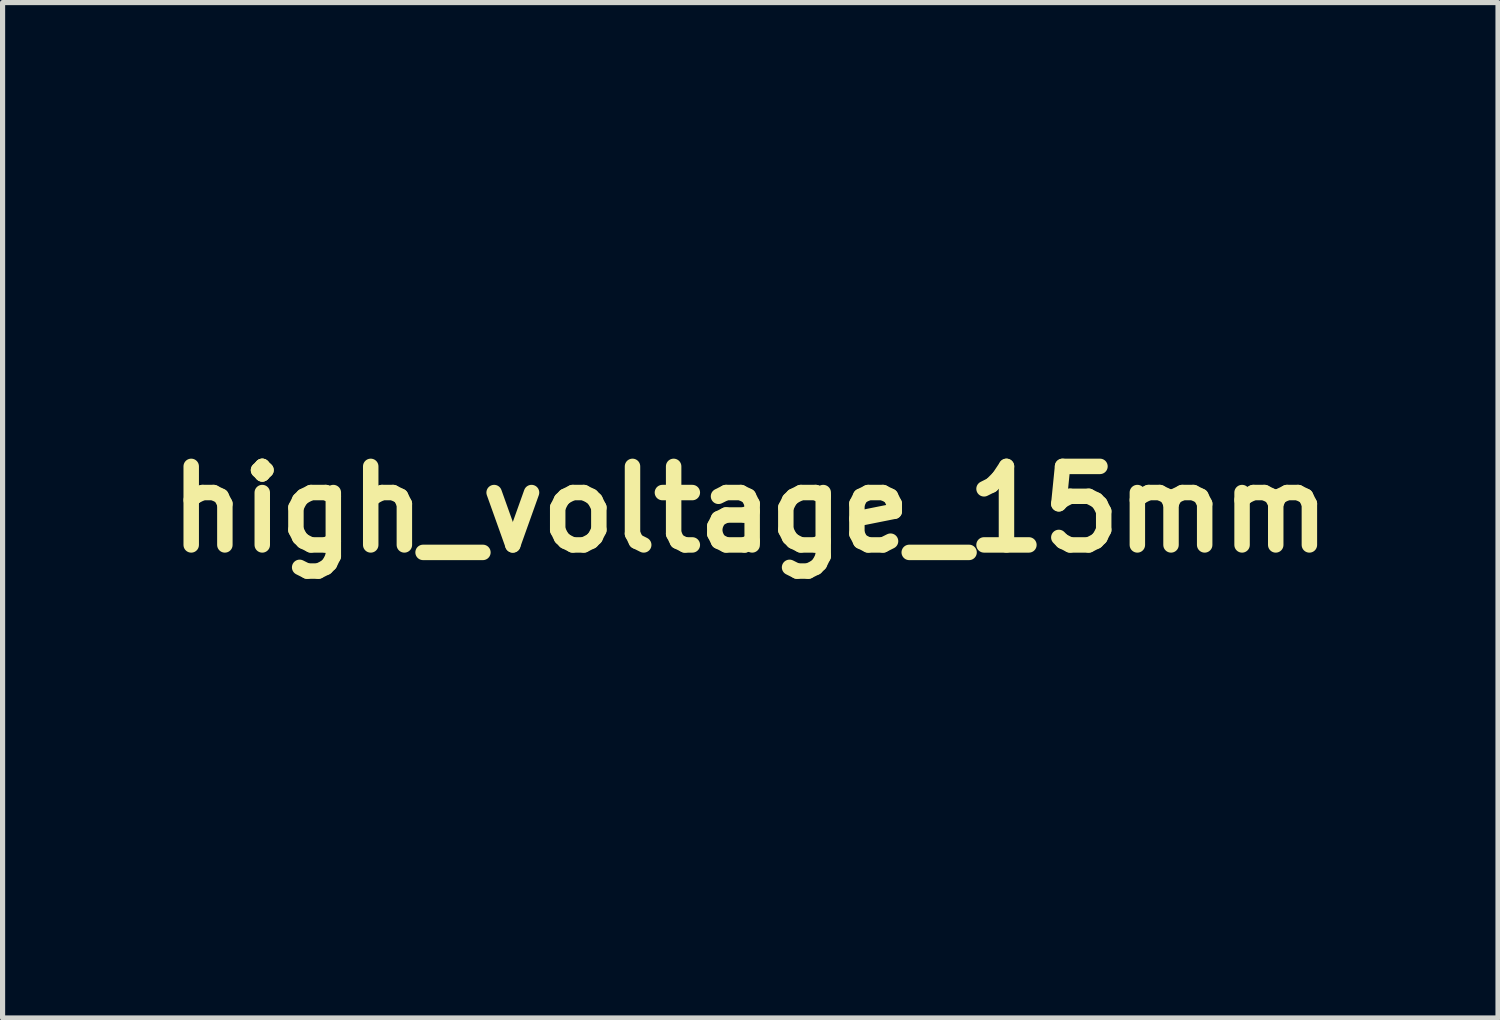
<source format=kicad_pcb>
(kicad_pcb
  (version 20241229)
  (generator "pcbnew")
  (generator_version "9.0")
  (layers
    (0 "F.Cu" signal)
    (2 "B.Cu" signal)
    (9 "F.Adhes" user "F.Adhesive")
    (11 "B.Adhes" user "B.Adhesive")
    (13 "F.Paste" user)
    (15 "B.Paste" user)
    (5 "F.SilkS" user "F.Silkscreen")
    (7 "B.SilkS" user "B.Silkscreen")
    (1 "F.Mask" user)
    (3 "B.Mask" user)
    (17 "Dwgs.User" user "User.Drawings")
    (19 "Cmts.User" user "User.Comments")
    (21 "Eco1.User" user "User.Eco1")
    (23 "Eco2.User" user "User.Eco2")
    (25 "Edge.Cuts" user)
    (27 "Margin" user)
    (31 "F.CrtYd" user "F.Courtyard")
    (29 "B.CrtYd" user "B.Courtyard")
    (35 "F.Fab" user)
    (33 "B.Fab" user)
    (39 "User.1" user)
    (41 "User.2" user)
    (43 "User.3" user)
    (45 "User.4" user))
  (footprint "high_voltage_15mm"
    (layer "F.Cu")
    (at 11.51 6.835)
    (property "Reference" "high_voltage_15mm" (at 0 0 0) (layer "F.SilkS") (effects (font (size 1.524 1.524) (thickness 0.3))))
    (attr through_hole)
    (fp_poly (pts (xy 0.13 -3.554) (xy 0.329 -3.55) (xy 0.485 -3.544) (xy 0.588 -3.536) (xy 0.625 -3.527) (xy 0.612 -3.485) (xy 0.573 -3.378) (xy 0.511 -3.212) (xy 0.43 -2.994) (xy 0.331 -2.731) (xy 0.218 -2.431) (xy 0.092 -2.099) (xy -0.043 -1.744) (xy -0.075 -1.661) (xy -0.211 -1.302) (xy -0.337 -0.966) (xy -0.451 -0.66) (xy -0.55 -0.39) (xy -0.631 -0.164) (xy -0.693 0.012) (xy -0.732 0.13) (xy -0.747 0.184) (xy -0.746 0.187) (xy -0.703 0.176) (xy -0.597 0.142) (xy -0.434 0.087) (xy -0.225 0.014) (xy 0.021 -0.073) (xy 0.297 -0.172) (xy 0.469 -0.234) (xy 0.757 -0.339) (xy 1.022 -0.433) (xy 1.254 -0.515) (xy 1.446 -0.581) (xy 1.586 -0.628) (xy 1.668 -0.653) (xy 1.685 -0.656) (xy 1.675 -0.619) (xy 1.637 -0.517) (xy 1.572 -0.355) (xy 1.484 -0.141) (xy 1.375 0.121) (xy 1.247 0.423) (xy 1.104 0.76) (xy 0.947 1.125) (xy 0.78 1.513) (xy 0.767 1.544) (xy -0.182 3.732) (xy 0.16 3.751) (xy 0.316 3.763) (xy 0.441 3.777) (xy 0.516 3.791) (xy 0.527 3.796) (xy 0.51 3.832) (xy 0.45 3.921) (xy 0.353 4.055) (xy 0.224 4.227) (xy 0.069 4.428) (xy -0.106 4.65) (xy -0.153 4.71) (xy -0.354 4.96) (xy -0.528 5.172) (xy -0.672 5.342) (xy -0.781 5.463) (xy -0.851 5.532) (xy -0.878 5.544) (xy -0.89 5.493) (xy -0.916 5.376) (xy -0.952 5.202) (xy -0.998 4.983) (xy -1.05 4.729) (xy -1.106 4.45) (xy -1.113 4.416) (xy -1.17 4.132) (xy -1.222 3.87) (xy -1.269 3.64) (xy -1.307 3.453) (xy -1.334 3.321) (xy -1.349 3.253) (xy -1.349 3.25) (xy -1.35 3.216) (xy -1.324 3.214) (xy -1.262 3.248) (xy -1.155 3.325) (xy -1.054 3.401) (xy -0.92 3.5) (xy -0.811 3.576) (xy -0.74 3.619) (xy -0.721 3.625) (xy -0.701 3.584) (xy -0.658 3.479) (xy -0.596 3.32) (xy -0.518 3.116) (xy -0.428 2.877) (xy -0.328 2.611) (xy -0.223 2.328) (xy -0.115 2.037) (xy -0.008 1.747) (xy 0.095 1.466) (xy 0.19 1.205) (xy 0.274 0.973) (xy 0.344 0.777) (xy 0.396 0.629) (xy 0.426 0.536) (xy 0.433 0.508) (xy 0.39 0.521) (xy 0.284 0.556) (xy 0.123 0.611) (xy -0.081 0.682) (xy -0.32 0.766) (xy -0.583 0.858) (xy -0.586 0.86) (xy -0.85 0.953) (xy -1.091 1.037) (xy -1.299 1.108) (xy -1.463 1.163) (xy -1.574 1.199) (xy -1.622 1.211) (xy -1.622 1.211) (xy -1.625 1.173) (xy -1.613 1.06) (xy -1.587 0.875) (xy -1.547 0.618) (xy -1.493 0.291) (xy -1.425 -0.102) (xy -1.344 -0.561) (xy -1.251 -1.084) (xy -1.244 -1.123) (xy -1.168 -1.541) (xy -1.097 -1.936) (xy -1.032 -2.302) (xy -0.973 -2.633) (xy -0.922 -2.92) (xy -0.88 -3.158) (xy -0.848 -3.34) (xy -0.828 -3.458) (xy -0.821 -3.507) (xy -0.821 -3.507) (xy -0.802 -3.525) (xy -0.74 -3.539) (xy -0.627 -3.548) (xy -0.455 -3.553) (xy -0.217 -3.556) (xy -0.098 -3.556) (xy 0.13 -3.554)) (stroke (width 0.01) (type solid)) (fill no) (layer "Eco2.User"))
    (fp_poly (pts (xy 0.263 -6.813) (xy 0.487 -6.724) (xy 0.679 -6.565) (xy 0.7 -6.541) (xy 0.734 -6.49) (xy 0.803 -6.375) (xy 0.905 -6.201) (xy 1.039 -5.971) (xy 1.2 -5.691) (xy 1.388 -5.364) (xy 1.6 -4.994) (xy 1.833 -4.585) (xy 2.085 -4.143) (xy 2.354 -3.67) (xy 2.637 -3.172) (xy 2.932 -2.653) (xy 3.236 -2.115) (xy 3.548 -1.565) (xy 3.864 -1.006) (xy 4.183 -0.442) (xy 4.501 0.122) (xy 4.817 0.682) (xy 5.128 1.235) (xy 5.433 1.775) (xy 5.727 2.299) (xy 6.01 2.803) (xy 6.278 3.282) (xy 6.53 3.731) (xy 6.762 4.147) (xy 6.973 4.526) (xy 7.161 4.864) (xy 7.322 5.155) (xy 7.454 5.396) (xy 7.556 5.583) (xy 7.624 5.712) (xy 7.657 5.778) (xy 7.659 5.783) (xy 7.698 6.046) (xy 7.664 6.289) (xy 7.56 6.504) (xy 7.389 6.683) (xy 7.249 6.774) (xy 7.092 6.858) (xy 0.078 6.865) (xy -0.658 6.865) (xy -1.373 6.865) (xy -2.064 6.865) (xy -2.727 6.865) (xy -3.358 6.864) (xy -3.953 6.863) (xy -4.507 6.862) (xy -5.017 6.86) (xy -5.479 6.858) (xy -5.889 6.856) (xy -6.243 6.854) (xy -6.536 6.851) (xy -6.766 6.849) (xy -6.928 6.846) (xy -7.017 6.843) (xy -7.034 6.841) (xy -7.233 6.758) (xy -7.402 6.644) (xy -7.452 6.597) (xy -7.575 6.412) (xy -7.643 6.189) (xy -7.649 6.015) (xy -6.865 6.015) (xy -6.859 6.078) (xy -6.793 6.107) (xy -6.742 6.11) (xy -6.616 6.112) (xy -6.423 6.114) (xy -6.167 6.116) (xy -5.851 6.118) (xy -5.483 6.12) (xy -5.065 6.122) (xy -4.604 6.123) (xy -4.105 6.124) (xy -3.571 6.126) (xy -3.008 6.127) (xy -2.422 6.127) (xy -1.816 6.128) (xy -1.196 6.129) (xy -0.566 6.129) (xy 0.067 6.129) (xy 0.701 6.129) (xy 1.328 6.129) (xy 1.946 6.129) (xy 2.548 6.129) (xy 3.13 6.128) (xy 3.687 6.127) (xy 4.214 6.126) (xy 4.706 6.125) (xy 5.158 6.124) (xy 5.566 6.123) (xy 5.923 6.121) (xy 6.227 6.119) (xy 6.47 6.117) (xy 6.65 6.115) (xy 6.76 6.113) (xy 6.795 6.111) (xy 6.879 6.08) (xy 6.916 6.04) (xy 6.917 6.038) (xy 6.898 5.998) (xy 6.843 5.894) (xy 6.754 5.731) (xy 6.633 5.513) (xy 6.484 5.244) (xy 6.308 4.927) (xy 6.107 4.569) (xy 5.885 4.171) (xy 5.643 3.739) (xy 5.384 3.277) (xy 5.109 2.789) (xy 4.822 2.28) (xy 4.526 1.753) (xy 4.221 1.212) (xy 3.911 0.662) (xy 3.597 0.107) (xy 3.283 -0.449) (xy 2.971 -1.001) (xy 2.663 -1.546) (xy 2.361 -2.079) (xy 2.068 -2.596) (xy 1.786 -3.093) (xy 1.517 -3.566) (xy 1.265 -4.01) (xy 1.03 -4.422) (xy 0.816 -4.797) (xy 0.626 -5.131) (xy 0.46 -5.419) (xy 0.322 -5.658) (xy 0.214 -5.844) (xy 0.139 -5.972) (xy 0.098 -6.038) (xy 0.092 -6.046) (xy 0.069 -6.014) (xy 0.01 -5.918) (xy -0.084 -5.763) (xy -0.209 -5.553) (xy -0.363 -5.291) (xy -0.544 -4.982) (xy -0.75 -4.63) (xy -0.977 -4.24) (xy -1.225 -3.814) (xy -1.49 -3.358) (xy -1.769 -2.876) (xy -2.062 -2.372) (xy -2.364 -1.849) (xy -2.674 -1.313) (xy -2.99 -0.767) (xy -3.308 -0.215) (xy -3.627 0.338) (xy -3.945 0.889) (xy -4.258 1.433) (xy -4.564 1.966) (xy -4.862 2.484) (xy -5.148 2.983) (xy -5.421 3.458) (xy -5.677 3.906) (xy -5.915 4.322) (xy -6.131 4.702) (xy -6.325 5.042) (xy -6.493 5.339) (xy -6.632 5.587) (xy -6.742 5.782) (xy -6.818 5.922) (xy -6.859 6) (xy -6.865 6.015) (xy -7.649 6.015) (xy -7.652 5.952) (xy -7.606 5.744) (xy -7.582 5.698) (xy -7.521 5.588) (xy -7.426 5.419) (xy -7.3 5.194) (xy -7.144 4.919) (xy -6.961 4.597) (xy -6.754 4.232) (xy -6.524 3.83) (xy -6.275 3.393) (xy -6.008 2.926) (xy -5.727 2.433) (xy -5.433 1.919) (xy -5.129 1.388) (xy -4.817 0.844) (xy -4.5 0.291) (xy -4.18 -0.267) (xy -3.86 -0.826) (xy -3.541 -1.38) (xy -3.227 -1.927) (xy -2.92 -2.462) (xy -2.622 -2.98) (xy -2.336 -3.478) (xy -2.063 -3.951) (xy -1.807 -4.395) (xy -1.57 -4.806) (xy -1.354 -5.179) (xy -1.162 -5.511) (xy -0.996 -5.798) (xy -0.858 -6.034) (xy -0.751 -6.216) (xy -0.678 -6.34) (xy -0.642 -6.398) (xy -0.465 -6.613) (xy -0.262 -6.755) (xy -0.032 -6.825) (xy 0.016 -6.83) (xy 0.263 -6.813)) (stroke (width 0.01) (type solid)) (fill no) (layer "Eco2.User")))
  (gr_rect
    (start -3 -3)
    (end 26.02 16.705)
    (stroke (width 0.1) (type default))
    (fill no)
    (layer "Edge.Cuts")))
</source>
